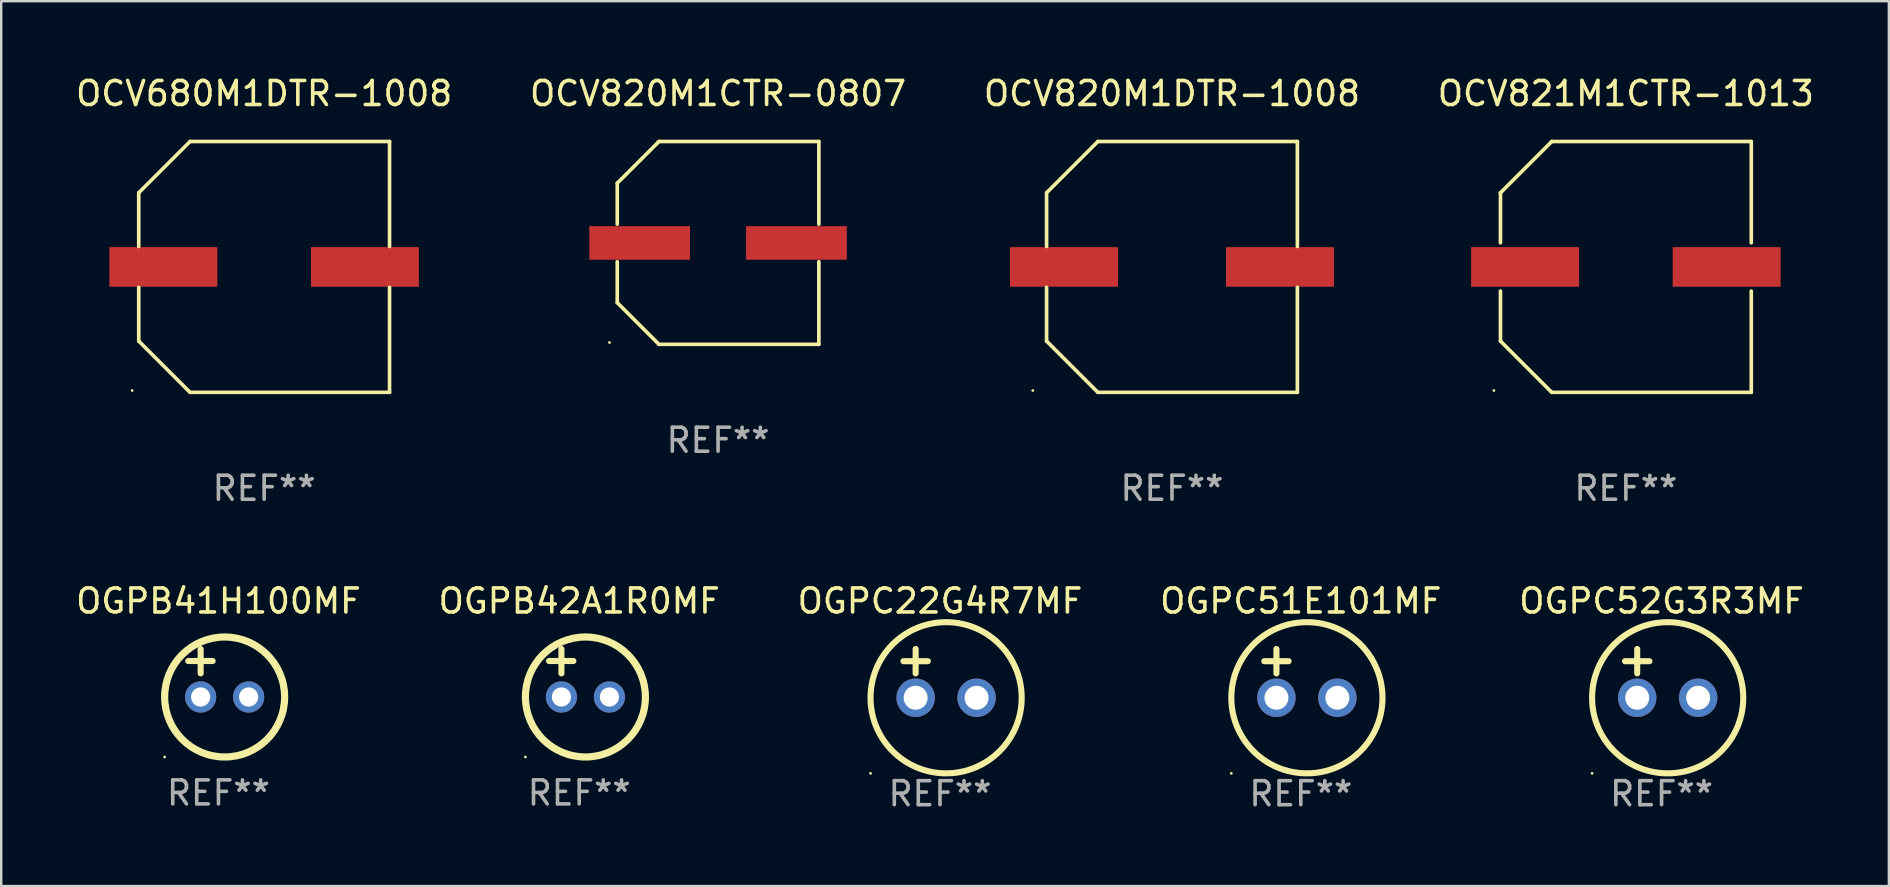
<source format=kicad_pcb>
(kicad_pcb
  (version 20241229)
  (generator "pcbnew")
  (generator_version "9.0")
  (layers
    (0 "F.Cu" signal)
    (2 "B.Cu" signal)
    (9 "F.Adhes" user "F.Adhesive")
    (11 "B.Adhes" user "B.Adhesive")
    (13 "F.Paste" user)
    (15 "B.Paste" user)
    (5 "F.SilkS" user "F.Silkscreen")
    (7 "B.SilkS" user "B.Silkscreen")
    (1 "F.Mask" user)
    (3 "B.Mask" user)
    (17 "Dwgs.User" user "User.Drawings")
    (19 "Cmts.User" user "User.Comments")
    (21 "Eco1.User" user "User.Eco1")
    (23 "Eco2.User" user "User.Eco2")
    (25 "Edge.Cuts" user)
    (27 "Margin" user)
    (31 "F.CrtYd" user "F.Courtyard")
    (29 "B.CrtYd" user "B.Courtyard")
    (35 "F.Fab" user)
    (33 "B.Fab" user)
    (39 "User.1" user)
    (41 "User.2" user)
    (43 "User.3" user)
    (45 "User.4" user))
  (footprint "OCV821M1CTR-1013"
    (layer "F.Cu")
    (at 64.708 8.074)
    (property "Reference" "OCV821M1CTR-1013" (at 0 -7.226 0) (layer "F.SilkS") (effects (font (size 1 1) (thickness 0.15))))
    (attr through_hole)
    (fp_line (start -5.226 -3.09) (end -5.226 -1.005) (stroke (width 0.152) (type solid)) (layer "F.SilkS"))
    (fp_line (start -5.226 1.005) (end -5.226 3.09) (stroke (width 0.152) (type solid)) (layer "F.SilkS"))
    (fp_line (start -3.09 -5.226) (end -5.226 -3.09) (stroke (width 0.152) (type solid)) (layer "F.SilkS"))
    (fp_line (start -3.09 5.226) (end -5.226 3.09) (stroke (width 0.152) (type solid)) (layer "F.SilkS"))
    (fp_line (start 5.226 -5.226) (end -3.09 -5.226) (stroke (width 0.152) (type solid)) (layer "F.SilkS"))
    (fp_line (start 5.226 -5.226) (end 5.226 -1.005) (stroke (width 0.152) (type solid)) (layer "F.SilkS"))
    (fp_line (start 5.226 1.005) (end 5.226 5.226) (stroke (width 0.152) (type solid)) (layer "F.SilkS"))
    (fp_line (start 5.226 5.226) (end -3.09 5.226) (stroke (width 0.152) (type solid)) (layer "F.SilkS"))
    (fp_circle (center -5.5 5.15) (end -5.47 5.15) (stroke (width 0.06) (type solid)) (fill no) (layer "F.SilkS"))
    (fp_text user "REF**" (at 0 9.226 0) (layer "F.Fab") (effects (font (size 1 1) (thickness 0.15))))
    (pad "1" smd rect (at -4.2 0.000216) (size 4.5 1.65) (layers "F.Cu" "F.Mask" "F.Paste"))
    (pad "2" smd rect (at 4.2 0.000216) (size 4.5 1.65) (layers "F.Cu" "F.Mask" "F.Paste")))
  (footprint "OGPC52G3R3MF"
    (layer "F.Cu")
    (at 66.196 25.013)
    (property "Reference" "OGPC52G3R3MF" (at 0 -3.016 0) (layer "F.SilkS") (effects (font (size 1 1) (thickness 0.15))))
    (attr through_hole)
    (fp_line (start -1.524 -0.508) (end -0.508 -0.508) (stroke (width 0.254) (type solid)) (layer "F.SilkS"))
    (fp_line (start -1.016 -1.016) (end -1.016 0) (stroke (width 0.254) (type solid)) (layer "F.SilkS"))
    (fp_circle (center -2.896 4.166) (end -2.866 4.166) (stroke (width 0.06) (type solid)) (fill no) (layer "F.SilkS"))
    (fp_circle (center 0.254 1.016) (end 3.404 1.016) (stroke (width 0.254) (type solid)) (fill no) (layer "F.SilkS"))
    (fp_text user "REF**" (at 0 5.016 0) (layer "F.Fab") (effects (font (size 1 1) (thickness 0.15))))
    (pad "1" thru_hole circle (at -1.016 1.016) (size 1.6 1.6) (drill 1) (layers "*.Cu" "*.Mask"))
    (pad "2" thru_hole circle (at 1.524 1.016) (size 1.6 1.6) (drill 1) (layers "*.Cu" "*.Mask")))
  (footprint "OGPC22G4R7MF"
    (layer "F.Cu")
    (at 36.125 25.013)
    (property "Reference" "OGPC22G4R7MF" (at 0 -3.016 0) (layer "F.SilkS") (effects (font (size 1 1) (thickness 0.15))))
    (attr through_hole)
    (fp_line (start -1.524 -0.508) (end -0.508 -0.508) (stroke (width 0.254) (type solid)) (layer "F.SilkS"))
    (fp_line (start -1.016 -1.016) (end -1.016 0) (stroke (width 0.254) (type solid)) (layer "F.SilkS"))
    (fp_circle (center -2.896 4.166) (end -2.866 4.166) (stroke (width 0.06) (type solid)) (fill no) (layer "F.SilkS"))
    (fp_circle (center 0.254 1.016) (end 3.404 1.016) (stroke (width 0.254) (type solid)) (fill no) (layer "F.SilkS"))
    (fp_text user "REF**" (at 0 5.016 0) (layer "F.Fab") (effects (font (size 1 1) (thickness 0.15))))
    (pad "1" thru_hole circle (at -1.016 1.016) (size 1.6 1.6) (drill 1) (layers "*.Cu" "*.Mask"))
    (pad "2" thru_hole circle (at 1.524 1.016) (size 1.6 1.6) (drill 1) (layers "*.Cu" "*.Mask")))
  (footprint "OCV820M1DTR-1008"
    (layer "F.Cu")
    (at 45.792 8.074)
    (property "Reference" "OCV820M1DTR-1008" (at 0 -7.226 0) (layer "F.SilkS") (effects (font (size 1 1) (thickness 0.15))))
    (attr through_hole)
    (fp_line (start -5.226 -3.09) (end -5.226 -0.852) (stroke (width 0.152) (type solid)) (layer "F.SilkS"))
    (fp_line (start -5.226 3.09) (end -5.226 0.852) (stroke (width 0.152) (type solid)) (layer "F.SilkS"))
    (fp_line (start -3.09 -5.226) (end -5.226 -3.09) (stroke (width 0.152) (type solid)) (layer "F.SilkS"))
    (fp_line (start -3.09 5.226) (end -5.226 3.09) (stroke (width 0.152) (type solid)) (layer "F.SilkS"))
    (fp_line (start 5.226 -5.226) (end -3.09 -5.226) (stroke (width 0.152) (type solid)) (layer "F.SilkS"))
    (fp_line (start 5.226 -0.852) (end 5.226 -5.226) (stroke (width 0.152) (type solid)) (layer "F.SilkS"))
    (fp_line (start 5.226 0.852) (end 5.226 5.226) (stroke (width 0.152) (type solid)) (layer "F.SilkS"))
    (fp_line (start 5.226 5.226) (end -3.09 5.226) (stroke (width 0.152) (type solid)) (layer "F.SilkS"))
    (fp_circle (center -5.8 5.15) (end -5.77 5.15) (stroke (width 0.06) (type solid)) (fill no) (layer "F.SilkS"))
    (fp_text user "REF**" (at 0 9.226 0) (layer "F.Fab") (effects (font (size 1 1) (thickness 0.15))))
    (pad "1" smd rect (at -4.5 0) (size 4.5 1.65) (layers "F.Cu" "F.Mask" "F.Paste"))
    (pad "2" smd rect (at 4.5 0) (size 4.5 1.65) (layers "F.Cu" "F.Mask" "F.Paste")))
  (footprint "OCV820M1CTR-0807"
    (layer "F.Cu")
    (at 26.875 7.074)
    (property "Reference" "OCV820M1CTR-0807" (at 0 -6.226 0) (layer "F.SilkS") (effects (font (size 1 1) (thickness 0.15))))
    (attr through_hole)
    (fp_line (start -4.201 -2.49) (end -4.201 -0.782) (stroke (width 0.152) (type solid)) (layer "F.SilkS"))
    (fp_line (start -4.201 2.49) (end -4.201 0.782) (stroke (width 0.152) (type solid)) (layer "F.SilkS"))
    (fp_line (start -2.465 -4.226) (end -4.201 -2.49) (stroke (width 0.152) (type solid)) (layer "F.SilkS"))
    (fp_line (start -2.465 4.226) (end -4.201 2.49) (stroke (width 0.152) (type solid)) (layer "F.SilkS"))
    (fp_line (start 4.201 -4.226) (end -2.465 -4.226) (stroke (width 0.152) (type solid)) (layer "F.SilkS"))
    (fp_line (start 4.201 -0.782) (end 4.201 -4.226) (stroke (width 0.152) (type solid)) (layer "F.SilkS"))
    (fp_line (start 4.201 0.782) (end 4.201 4.226) (stroke (width 0.152) (type solid)) (layer "F.SilkS"))
    (fp_line (start 4.201 4.226) (end -2.465 4.226) (stroke (width 0.152) (type solid)) (layer "F.SilkS"))
    (fp_circle (center -4.524 4.15) (end -4.494 4.15) (stroke (width 0.06) (type solid)) (fill no) (layer "F.SilkS"))
    (fp_text user "REF**" (at 0 8.226 0) (layer "F.Fab") (effects (font (size 1 1) (thickness 0.15))))
    (pad "1" smd rect (at -3.267 0) (size 4.2 1.4) (layers "F.Cu" "F.Mask" "F.Paste"))
    (pad "2" smd rect (at 3.267 0) (size 4.2 1.4) (layers "F.Cu" "F.Mask" "F.Paste")))
  (footprint "OGPB41H100MF"
    (layer "F.Cu")
    (at 6.054 24.997)
    (property "Reference" "OGPB41H100MF" (at 0 -3 0) (layer "F.SilkS") (effects (font (size 1 1) (thickness 0.15))))
    (attr through_hole)
    (fp_line (start -1.258 -0.5) (end -0.242 -0.5) (stroke (width 0.254) (type solid)) (layer "F.SilkS"))
    (fp_line (start -0.742 -1) (end -0.742 0.016) (stroke (width 0.254) (type solid)) (layer "F.SilkS"))
    (fp_circle (center -2.242 3.5) (end -2.212 3.5) (stroke (width 0.06) (type solid)) (fill no) (layer "F.SilkS"))
    (fp_circle (center 0.258 1) (end 2.758 1) (stroke (width 0.3) (type solid)) (fill no) (layer "F.SilkS"))
    (fp_text user "REF**" (at 0 5 0) (layer "F.Fab") (effects (font (size 1 1) (thickness 0.15))))
    (pad "1" thru_hole circle (at -0.742 1) (size 1.3 1.3) (drill 0.8) (layers "*.Cu" "*.Mask"))
    (pad "2" thru_hole circle (at 1.258 1) (size 1.3 1.3) (drill 0.8) (layers "*.Cu" "*.Mask")))
  (footprint "OCV680M1DTR-1008"
    (layer "F.Cu")
    (at 7.958 8.074)
    (property "Reference" "OCV680M1DTR-1008" (at 0 -7.226 0) (layer "F.SilkS") (effects (font (size 1 1) (thickness 0.15))))
    (attr through_hole)
    (fp_line (start -5.226 -3.09) (end -5.226 -0.852) (stroke (width 0.152) (type solid)) (layer "F.SilkS"))
    (fp_line (start -5.226 3.09) (end -5.226 0.852) (stroke (width 0.152) (type solid)) (layer "F.SilkS"))
    (fp_line (start -3.09 -5.226) (end -5.226 -3.09) (stroke (width 0.152) (type solid)) (layer "F.SilkS"))
    (fp_line (start -3.09 5.226) (end -5.226 3.09) (stroke (width 0.152) (type solid)) (layer "F.SilkS"))
    (fp_line (start 5.226 -5.226) (end -3.09 -5.226) (stroke (width 0.152) (type solid)) (layer "F.SilkS"))
    (fp_line (start 5.226 -0.852) (end 5.226 -5.226) (stroke (width 0.152) (type solid)) (layer "F.SilkS"))
    (fp_line (start 5.226 0.852) (end 5.226 5.226) (stroke (width 0.152) (type solid)) (layer "F.SilkS"))
    (fp_line (start 5.226 5.226) (end -3.09 5.226) (stroke (width 0.152) (type solid)) (layer "F.SilkS"))
    (fp_circle (center -5.5 5.15) (end -5.47 5.15) (stroke (width 0.06) (type solid)) (fill no) (layer "F.SilkS"))
    (fp_text user "REF**" (at 0 9.226 0) (layer "F.Fab") (effects (font (size 1 1) (thickness 0.15))))
    (pad "1" smd rect (at -4.2 0.000127) (size 4.5 1.65) (layers "F.Cu" "F.Mask" "F.Paste"))
    (pad "2" smd rect (at 4.2 0.000127) (size 4.5 1.65) (layers "F.Cu" "F.Mask" "F.Paste")))
  (footprint "OGPB42A1R0MF"
    (layer "F.Cu")
    (at 21.089 24.997)
    (property "Reference" "OGPB42A1R0MF" (at 0 -3 0) (layer "F.SilkS") (effects (font (size 1 1) (thickness 0.15))))
    (attr through_hole)
    (fp_line (start -1.258 -0.5) (end -0.242 -0.5) (stroke (width 0.254) (type solid)) (layer "F.SilkS"))
    (fp_line (start -0.742 -1) (end -0.742 0.016) (stroke (width 0.254) (type solid)) (layer "F.SilkS"))
    (fp_circle (center -2.242 3.5) (end -2.212 3.5) (stroke (width 0.06) (type solid)) (fill no) (layer "F.SilkS"))
    (fp_circle (center 0.258 1) (end 2.758 1) (stroke (width 0.3) (type solid)) (fill no) (layer "F.SilkS"))
    (fp_text user "REF**" (at 0 5 0) (layer "F.Fab") (effects (font (size 1 1) (thickness 0.15))))
    (pad "1" thru_hole circle (at -0.742 1) (size 1.3 1.3) (drill 0.8) (layers "*.Cu" "*.Mask"))
    (pad "2" thru_hole circle (at 1.258 1) (size 1.3 1.3) (drill 0.8) (layers "*.Cu" "*.Mask")))
  (footprint "OGPC51E101MF"
    (layer "F.Cu")
    (at 51.161 25.013)
    (property "Reference" "OGPC51E101MF" (at 0 -3.016 0) (layer "F.SilkS") (effects (font (size 1 1) (thickness 0.15))))
    (attr through_hole)
    (fp_line (start -1.524 -0.508) (end -0.508 -0.508) (stroke (width 0.254) (type solid)) (layer "F.SilkS"))
    (fp_line (start -1.016 -1.016) (end -1.016 0) (stroke (width 0.254) (type solid)) (layer "F.SilkS"))
    (fp_circle (center -2.896 4.166) (end -2.866 4.166) (stroke (width 0.06) (type solid)) (fill no) (layer "F.SilkS"))
    (fp_circle (center 0.254 1.016) (end 3.404 1.016) (stroke (width 0.254) (type solid)) (fill no) (layer "F.SilkS"))
    (fp_text user "REF**" (at 0 5.016 0) (layer "F.Fab") (effects (font (size 1 1) (thickness 0.15))))
    (pad "1" thru_hole circle (at -1.016 1.016) (size 1.6 1.6) (drill 1) (layers "*.Cu" "*.Mask"))
    (pad "2" thru_hole circle (at 1.524 1.016) (size 1.6 1.6) (drill 1) (layers "*.Cu" "*.Mask")))
  (gr_rect
    (start -3 -3)
    (end 75.667 33.877)
    (stroke (width 0.1) (type default))
    (fill no)
    (layer "Edge.Cuts")))
</source>
